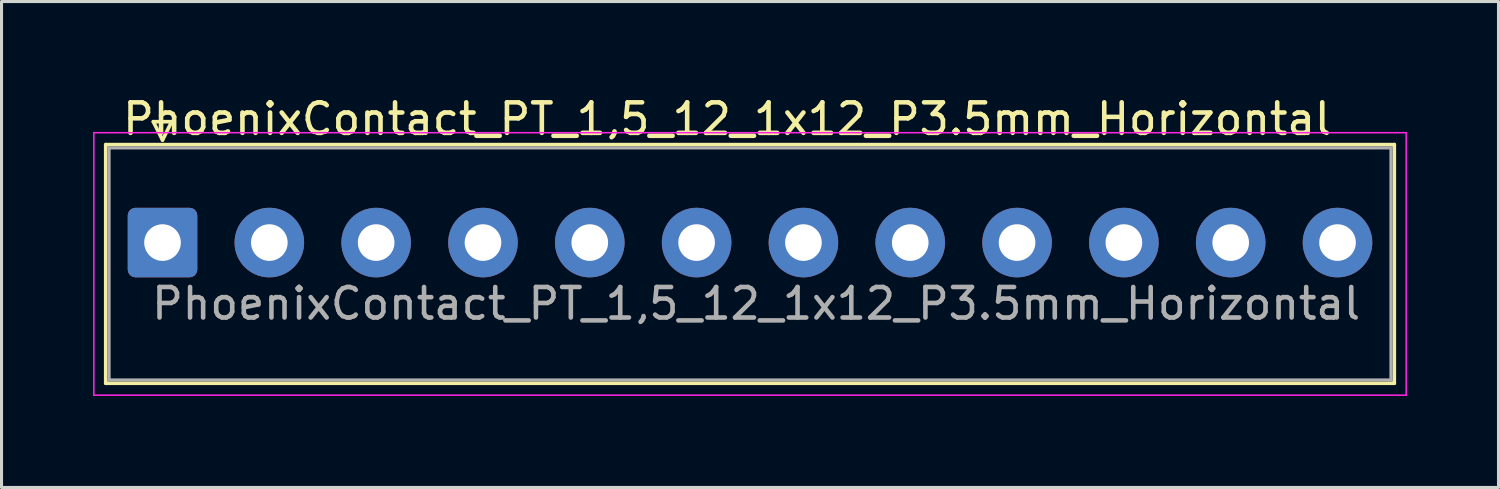
<source format=kicad_pcb>
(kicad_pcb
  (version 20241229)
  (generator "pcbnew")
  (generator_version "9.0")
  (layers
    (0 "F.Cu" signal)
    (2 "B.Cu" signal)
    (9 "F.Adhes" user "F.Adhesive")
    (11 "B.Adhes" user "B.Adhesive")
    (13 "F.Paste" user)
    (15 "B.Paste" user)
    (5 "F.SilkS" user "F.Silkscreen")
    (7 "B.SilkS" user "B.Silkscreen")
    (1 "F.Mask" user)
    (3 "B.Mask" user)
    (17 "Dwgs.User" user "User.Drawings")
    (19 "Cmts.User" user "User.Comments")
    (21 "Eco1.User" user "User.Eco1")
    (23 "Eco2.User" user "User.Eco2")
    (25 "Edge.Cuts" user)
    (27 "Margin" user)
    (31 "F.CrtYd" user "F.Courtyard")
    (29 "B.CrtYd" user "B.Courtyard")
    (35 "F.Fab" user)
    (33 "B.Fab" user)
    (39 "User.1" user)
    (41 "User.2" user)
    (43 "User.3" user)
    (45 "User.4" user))
  (footprint "PhoenixContact_PT_1,5_12_1x12_P3.5mm_Horizontal"
    (layer "F.Cu")
    (at 2.275 4.898)
    (property "Reference" "PhoenixContact_PT_1,5_12_1x12_P3.5mm_Horizontal" (at 18.5 -4.05 0) (layer "F.SilkS") (effects (font (size 1 1) (thickness 0.15))))
    (attr through_hole)
    (fp_line (start -1.86 -3.21) (end -1.86 4.61) (stroke (width 0.12) (type solid)) (layer "F.SilkS"))
    (fp_line (start -0.3 -3.96) (end 0.3 -3.96) (stroke (width 0.12) (type solid)) (layer "F.SilkS"))
    (fp_line (start 0 -3.36) (end -0.3 -3.96) (stroke (width 0.12) (type solid)) (layer "F.SilkS"))
    (fp_line (start 0.3 -3.96) (end 0 -3.36) (stroke (width 0.12) (type solid)) (layer "F.SilkS"))
    (fp_line (start 40.36 -3.21) (end -1.86 -3.21) (stroke (width 0.12) (type solid)) (layer "F.SilkS"))
    (fp_line (start 40.36 -3.21) (end 40.36 4.61) (stroke (width 0.12) (type solid)) (layer "F.SilkS"))
    (fp_line (start 40.36 4.61) (end -1.86 4.61) (stroke (width 0.12) (type solid)) (layer "F.SilkS"))
    (fp_line (start -2.25 -3.6) (end -2.25 5) (stroke (width 0.05) (type solid)) (layer "F.CrtYd"))
    (fp_line (start 40.75 -3.6) (end -2.25 -3.6) (stroke (width 0.05) (type solid)) (layer "F.CrtYd"))
    (fp_line (start 40.75 -3.6) (end 40.75 5) (stroke (width 0.05) (type solid)) (layer "F.CrtYd"))
    (fp_line (start 40.75 5) (end -2.25 5) (stroke (width 0.05) (type solid)) (layer "F.CrtYd"))
    (fp_line (start -1.75 -3.1) (end -1.75 4.5) (stroke (width 0.1) (type solid)) (layer "F.Fab"))
    (fp_line (start 40.25 -3.1) (end -1.75 -3.1) (stroke (width 0.1) (type solid)) (layer "F.Fab"))
    (fp_line (start 40.25 -3.1) (end 40.25 4.5) (stroke (width 0.1) (type solid)) (layer "F.Fab"))
    (fp_line (start 40.25 4.5) (end -1.75 4.5) (stroke (width 0.1) (type solid)) (layer "F.Fab"))
    (fp_text user "${REFERENCE}" (at 19.45 2 0) (layer "F.Fab") (effects (font (size 1 1) (thickness 0.15))))
    (pad "1" thru_hole roundrect (at 0 0) (size 2.28 2.28) (drill 1.2) (layers "*.Cu" "*.Mask") (roundrect_rratio 0.11))
    (pad "2" thru_hole circle (at 3.5 0) (size 2.28 2.28) (drill 1.2) (layers "*.Cu" "*.Mask"))
    (pad "3" thru_hole circle (at 7 0) (size 2.28 2.28) (drill 1.2) (layers "*.Cu" "*.Mask"))
    (pad "4" thru_hole circle (at 10.5 0) (size 2.28 2.28) (drill 1.2) (layers "*.Cu" "*.Mask"))
    (pad "5" thru_hole circle (at 14 0) (size 2.28 2.28) (drill 1.2) (layers "*.Cu" "*.Mask"))
    (pad "6" thru_hole circle (at 17.5 0) (size 2.28 2.28) (drill 1.2) (layers "*.Cu" "*.Mask"))
    (pad "7" thru_hole circle (at 21 0) (size 2.28 2.28) (drill 1.2) (layers "*.Cu" "*.Mask"))
    (pad "8" thru_hole circle (at 24.5 0) (size 2.28 2.28) (drill 1.2) (layers "*.Cu" "*.Mask"))
    (pad "9" thru_hole circle (at 28 0) (size 2.28 2.28) (drill 1.2) (layers "*.Cu" "*.Mask"))
    (pad "10" thru_hole circle (at 31.5 0) (size 2.28 2.28) (drill 1.2) (layers "*.Cu" "*.Mask"))
    (pad "11" thru_hole circle (at 35 0) (size 2.28 2.28) (drill 1.2) (layers "*.Cu" "*.Mask"))
    (pad "12" thru_hole circle (at 38.5 0) (size 2.28 2.28) (drill 1.2) (layers "*.Cu" "*.Mask")))
  (gr_rect
    (start -3 -3)
    (end 46.05 12.923)
    (stroke (width 0.1) (type default))
    (fill no)
    (layer "Edge.Cuts")))
</source>
